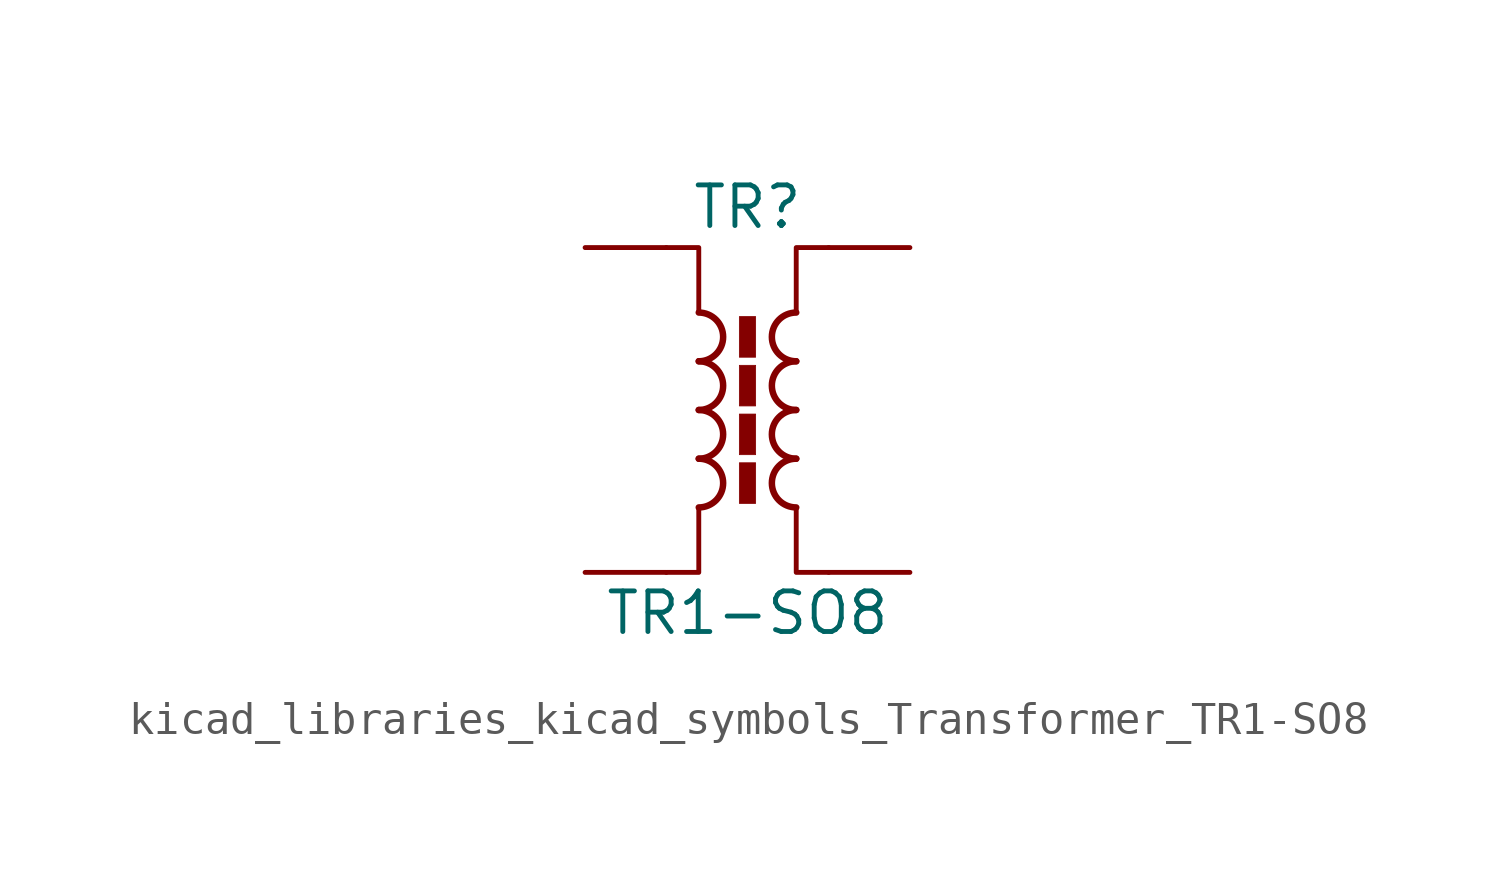
<source format=kicad_sym>
(kicad_symbol_lib
  (version 20220914)
  (generator kicad_symbol_editor)
  (symbol "kicad_libraries_kicad_symbols_Transformer_TR1-SO8"
    (pin_numbers hide)
    (pin_names
      (offset 0))
    (property "Reference" "TR"
      (at 0 6.35 0)
      (effects (font (size 1.27 1.27))))
    (property "Value" "TR1-SO8"
      (at 0 -6.35 0)
      (effects (font (size 1.27 1.27))))
    (symbol "kicad_libraries_kicad_symbols_Transformer_TR1-SO8_0_1"
      (arc (start -1.524 -3.048) (mid -0.7653 -2.286) (end -1.524 -1.524) (stroke (width 0.2032) (type default)) (fill (type none)))
      (arc (start -1.524 -1.524) (mid -0.7653 -0.762) (end -1.524 0) (stroke (width 0.2032) (type default)) (fill (type none)))
      (arc (start -1.524 0) (mid -0.7653 0.762) (end -1.524 1.524) (stroke (width 0.2032) (type default)) (fill (type none)))
      (arc (start -1.524 1.524) (mid -0.7653 2.286) (end -1.524 3.048) (stroke (width 0.2032) (type default)) (fill (type none)))
      (rectangle (start -0.254 -1.651) (end 0.254 -2.921) (stroke (width 0.025) (type default)) (fill (type outline)))
      (rectangle (start -0.254 -0.127) (end 0.254 -1.397) (stroke (width 0.025) (type default)) (fill (type outline)))
      (rectangle (start -0.254 1.397) (end 0.254 0.127) (stroke (width 0.025) (type default)) (fill (type outline)))
      (rectangle (start -0.254 2.921) (end 0.254 1.651) (stroke (width 0.025) (type default)) (fill (type outline)))
      (polyline (pts (xy -2.54 5.08) (xy -1.524 5.08) (xy -1.524 3.048) (xy -1.524 3.048)) (stroke (width 0.152) (type default)) (fill (type none)))
      (polyline (pts (xy -1.524 -3.048) (xy -1.524 -5.08) (xy -2.54 -5.08) (xy -2.54 -5.08)) (stroke (width 0.152) (type default)) (fill (type none)))
      (polyline (pts (xy 1.524 3.048) (xy 1.524 5.08) (xy 2.54 5.08) (xy 2.54 5.08)) (stroke (width 0.152) (type default)) (fill (type none)))
      (polyline (pts (xy 2.54 -5.08) (xy 1.524 -5.08) (xy 1.524 -3.048) (xy 1.524 -3.048)) (stroke (width 0.152) (type default)) (fill (type none)))
      (arc (start 1.524 -1.524) (mid 0.7653 -2.286) (end 1.524 -3.048) (stroke (width 0.2032) (type default)) (fill (type none)))
      (arc (start 1.524 0) (mid 0.7653 -0.762) (end 1.524 -1.524) (stroke (width 0.2032) (type default)) (fill (type none)))
      (arc (start 1.524 1.524) (mid 0.7653 0.762) (end 1.524 0) (stroke (width 0.2032) (type default)) (fill (type none)))
      (arc (start 1.524 3.048) (mid 0.7653 2.286) (end 1.524 1.524) (stroke (width 0.2032) (type default)) (fill (type none))))
    (symbol "kicad_libraries_kicad_symbols_Transformer_TR1-SO8_1_1"
      (pin passive line (at -5.08 5.08 0) (length 2.54) (name "~" (effects (font (size 1.27 1.27)))) (number "1" (effects (font (size 1.27 1.27)))))
      (pin passive line (at -5.08 -5.08 0) (length 2.54) (name "~" (effects (font (size 1.27 1.27)))) (number "4" (effects (font (size 1.27 1.27)))))
      (pin passive line (at 5.08 -5.08 180) (length 2.54) (name "~" (effects (font (size 1.27 1.27)))) (number "5" (effects (font (size 1.27 1.27)))))
      (pin passive line (at 5.08 5.08 180) (length 2.54) (name "~" (effects (font (size 1.27 1.27)))) (number "8" (effects (font (size 1.27 1.27))))))))
</source>
